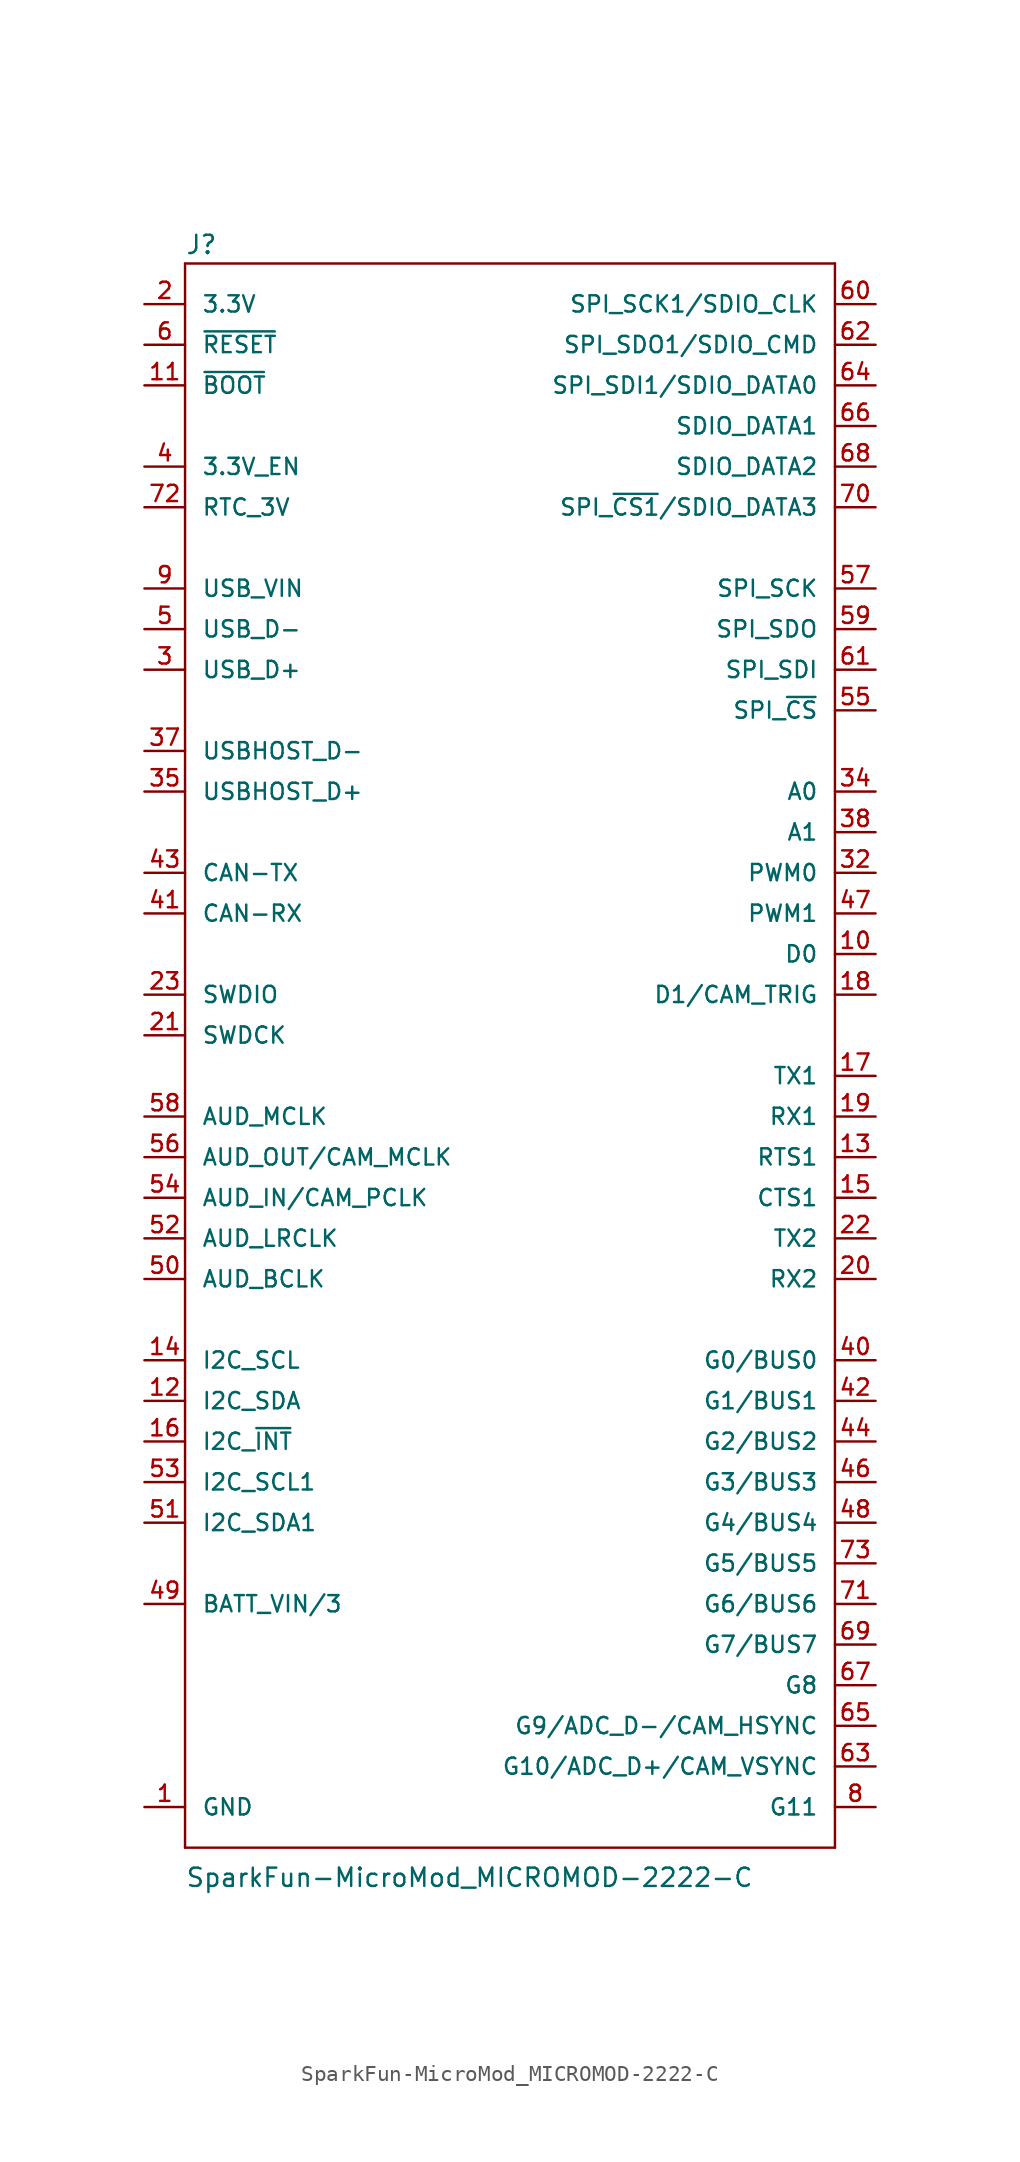
<source format=kicad_sym>
(kicad_symbol_lib
  (version 20211014)
  (generator kicad_symbol_editor)
  (symbol "SparkFun-MicroMod_MICROMOD-2222-C"
    (pin_names
      (offset 1.016))
    (property "Reference" "J"
      (at -20.32 53.848 0)
      (effects (font (size 1.143 1.143)) (justify left bottom)))
    (property "Value" "SparkFun-MicroMod_MICROMOD-2222-C"
      (at -20.32 -48.26 0)
      (effects (font (size 1.143 1.143)) (justify left bottom)))
    (symbol "SparkFun-MicroMod_MICROMOD-2222-C_1_0"
      (polyline (pts (xy -20.32 -45.72) (xy -20.32 53.34)) (stroke (width 0) (type default) (color 0 0 0 0)) (fill (type none)))
      (polyline (pts (xy -20.32 53.34) (xy 20.32 53.34)) (stroke (width 0) (type default) (color 0 0 0 0)) (fill (type none)))
      (polyline (pts (xy 20.32 -45.72) (xy -20.32 -45.72)) (stroke (width 0) (type default) (color 0 0 0 0)) (fill (type none)))
      (polyline (pts (xy 20.32 53.34) (xy 20.32 -45.72)) (stroke (width 0) (type default) (color 0 0 0 0)) (fill (type none))))
    (symbol "SparkFun-MicroMod_MICROMOD-2222-C_1_1"
      (pin bidirectional line (at -22.86 -43.18 0) (length 2.54) (name "GND" (effects (font (size 1.016 1.016)))) (number "1" (effects (font (size 1.016 1.016)))))
      (pin bidirectional line (at 22.86 10.16 180) (length 2.54) (name "D0" (effects (font (size 1.016 1.016)))) (number "10" (effects (font (size 1.016 1.016)))))
      (pin bidirectional line (at -22.86 45.72 0) (length 2.54) (name "~{BOOT}" (effects (font (size 1.016 1.016)))) (number "11" (effects (font (size 1.016 1.016)))))
      (pin bidirectional line (at -22.86 -17.78 0) (length 2.54) (name "I2C_SDA" (effects (font (size 1.016 1.016)))) (number "12" (effects (font (size 1.016 1.016)))))
      (pin bidirectional line (at 22.86 -2.54 180) (length 2.54) (name "RTS1" (effects (font (size 1.016 1.016)))) (number "13" (effects (font (size 1.016 1.016)))))
      (pin bidirectional line (at -22.86 -15.24 0) (length 2.54) (name "I2C_SCL" (effects (font (size 1.016 1.016)))) (number "14" (effects (font (size 1.016 1.016)))))
      (pin bidirectional line (at 22.86 -5.08 180) (length 2.54) (name "CTS1" (effects (font (size 1.016 1.016)))) (number "15" (effects (font (size 1.016 1.016)))))
      (pin bidirectional line (at -22.86 -20.32 0) (length 2.54) (name "I2C_~{INT}" (effects (font (size 1.016 1.016)))) (number "16" (effects (font (size 1.016 1.016)))))
      (pin bidirectional line (at 22.86 2.54 180) (length 2.54) (name "TX1" (effects (font (size 1.016 1.016)))) (number "17" (effects (font (size 1.016 1.016)))))
      (pin bidirectional line (at 22.86 7.62 180) (length 2.54) (name "D1/CAM_TRIG" (effects (font (size 1.016 1.016)))) (number "18" (effects (font (size 1.016 1.016)))))
      (pin bidirectional line (at 22.86 0 180) (length 2.54) (name "RX1" (effects (font (size 1.016 1.016)))) (number "19" (effects (font (size 1.016 1.016)))))
      (pin bidirectional line (at -22.86 50.8 0) (length 2.54) (name "3.3V" (effects (font (size 1.016 1.016)))) (number "2" (effects (font (size 1.016 1.016)))))
      (pin bidirectional line (at 22.86 -10.16 180) (length 2.54) (name "RX2" (effects (font (size 1.016 1.016)))) (number "20" (effects (font (size 1.016 1.016)))))
      (pin bidirectional line (at -22.86 5.08 0) (length 2.54) (name "SWDCK" (effects (font (size 1.016 1.016)))) (number "21" (effects (font (size 1.016 1.016)))))
      (pin bidirectional line (at 22.86 -7.62 180) (length 2.54) (name "TX2" (effects (font (size 1.016 1.016)))) (number "22" (effects (font (size 1.016 1.016)))))
      (pin bidirectional line (at -22.86 7.62 0) (length 2.54) (name "SWDIO" (effects (font (size 1.016 1.016)))) (number "23" (effects (font (size 1.016 1.016)))))
      (pin bidirectional line (at -22.86 27.94 0) (length 2.54) (name "USB_D+" (effects (font (size 1.016 1.016)))) (number "3" (effects (font (size 1.016 1.016)))))
      (pin bidirectional line (at 22.86 15.24 180) (length 2.54) (name "PWM0" (effects (font (size 1.016 1.016)))) (number "32" (effects (font (size 1.016 1.016)))))
      (pin bidirectional line (at -22.86 -43.18 0) (length 2.54) hide (name "GND" (effects (font (size 1.016 1.016)))) (number "33" (effects (font (size 1.016 1.016)))))
      (pin bidirectional line (at 22.86 20.32 180) (length 2.54) (name "A0" (effects (font (size 1.016 1.016)))) (number "34" (effects (font (size 1.016 1.016)))))
      (pin bidirectional line (at -22.86 20.32 0) (length 2.54) (name "USBHOST_D+" (effects (font (size 1.016 1.016)))) (number "35" (effects (font (size 1.016 1.016)))))
      (pin bidirectional line (at -22.86 -43.18 0) (length 2.54) hide (name "GND" (effects (font (size 1.016 1.016)))) (number "36" (effects (font (size 1.016 1.016)))))
      (pin bidirectional line (at -22.86 22.86 0) (length 2.54) (name "USBHOST_D-" (effects (font (size 1.016 1.016)))) (number "37" (effects (font (size 1.016 1.016)))))
      (pin bidirectional line (at 22.86 17.78 180) (length 2.54) (name "A1" (effects (font (size 1.016 1.016)))) (number "38" (effects (font (size 1.016 1.016)))))
      (pin bidirectional line (at -22.86 -43.18 0) (length 2.54) hide (name "GND" (effects (font (size 1.016 1.016)))) (number "39" (effects (font (size 1.016 1.016)))))
      (pin bidirectional line (at -22.86 40.64 0) (length 2.54) (name "3.3V_EN" (effects (font (size 1.016 1.016)))) (number "4" (effects (font (size 1.016 1.016)))))
      (pin bidirectional line (at 22.86 -15.24 180) (length 2.54) (name "G0/BUS0" (effects (font (size 1.016 1.016)))) (number "40" (effects (font (size 1.016 1.016)))))
      (pin bidirectional line (at -22.86 12.7 0) (length 2.54) (name "CAN-RX" (effects (font (size 1.016 1.016)))) (number "41" (effects (font (size 1.016 1.016)))))
      (pin bidirectional line (at 22.86 -17.78 180) (length 2.54) (name "G1/BUS1" (effects (font (size 1.016 1.016)))) (number "42" (effects (font (size 1.016 1.016)))))
      (pin bidirectional line (at -22.86 15.24 0) (length 2.54) (name "CAN-TX" (effects (font (size 1.016 1.016)))) (number "43" (effects (font (size 1.016 1.016)))))
      (pin bidirectional line (at 22.86 -20.32 180) (length 2.54) (name "G2/BUS2" (effects (font (size 1.016 1.016)))) (number "44" (effects (font (size 1.016 1.016)))))
      (pin bidirectional line (at -22.86 -43.18 0) (length 2.54) hide (name "GND" (effects (font (size 1.016 1.016)))) (number "45" (effects (font (size 1.016 1.016)))))
      (pin bidirectional line (at 22.86 -22.86 180) (length 2.54) (name "G3/BUS3" (effects (font (size 1.016 1.016)))) (number "46" (effects (font (size 1.016 1.016)))))
      (pin bidirectional line (at 22.86 12.7 180) (length 2.54) (name "PWM1" (effects (font (size 1.016 1.016)))) (number "47" (effects (font (size 1.016 1.016)))))
      (pin bidirectional line (at 22.86 -25.4 180) (length 2.54) (name "G4/BUS4" (effects (font (size 1.016 1.016)))) (number "48" (effects (font (size 1.016 1.016)))))
      (pin bidirectional line (at -22.86 -30.48 0) (length 2.54) (name "BATT_VIN/3" (effects (font (size 1.016 1.016)))) (number "49" (effects (font (size 1.016 1.016)))))
      (pin bidirectional line (at -22.86 30.48 0) (length 2.54) (name "USB_D-" (effects (font (size 1.016 1.016)))) (number "5" (effects (font (size 1.016 1.016)))))
      (pin bidirectional line (at -22.86 -10.16 0) (length 2.54) (name "AUD_BCLK" (effects (font (size 1.016 1.016)))) (number "50" (effects (font (size 1.016 1.016)))))
      (pin bidirectional line (at -22.86 -25.4 0) (length 2.54) (name "I2C_SDA1" (effects (font (size 1.016 1.016)))) (number "51" (effects (font (size 1.016 1.016)))))
      (pin bidirectional line (at -22.86 -7.62 0) (length 2.54) (name "AUD_LRCLK" (effects (font (size 1.016 1.016)))) (number "52" (effects (font (size 1.016 1.016)))))
      (pin bidirectional line (at -22.86 -22.86 0) (length 2.54) (name "I2C_SCL1" (effects (font (size 1.016 1.016)))) (number "53" (effects (font (size 1.016 1.016)))))
      (pin bidirectional line (at -22.86 -5.08 0) (length 2.54) (name "AUD_IN/CAM_PCLK" (effects (font (size 1.016 1.016)))) (number "54" (effects (font (size 1.016 1.016)))))
      (pin bidirectional line (at 22.86 25.4 180) (length 2.54) (name "SPI_~{CS}" (effects (font (size 1.016 1.016)))) (number "55" (effects (font (size 1.016 1.016)))))
      (pin bidirectional line (at -22.86 -2.54 0) (length 2.54) (name "AUD_OUT/CAM_MCLK" (effects (font (size 1.016 1.016)))) (number "56" (effects (font (size 1.016 1.016)))))
      (pin bidirectional line (at 22.86 33.02 180) (length 2.54) (name "SPI_SCK" (effects (font (size 1.016 1.016)))) (number "57" (effects (font (size 1.016 1.016)))))
      (pin bidirectional line (at -22.86 0 0) (length 2.54) (name "AUD_MCLK" (effects (font (size 1.016 1.016)))) (number "58" (effects (font (size 1.016 1.016)))))
      (pin bidirectional line (at 22.86 30.48 180) (length 2.54) (name "SPI_SDO" (effects (font (size 1.016 1.016)))) (number "59" (effects (font (size 1.016 1.016)))))
      (pin bidirectional line (at -22.86 48.26 0) (length 2.54) (name "~{RESET}" (effects (font (size 1.016 1.016)))) (number "6" (effects (font (size 1.016 1.016)))))
      (pin bidirectional line (at 22.86 50.8 180) (length 2.54) (name "SPI_SCK1/SDIO_CLK" (effects (font (size 1.016 1.016)))) (number "60" (effects (font (size 1.016 1.016)))))
      (pin bidirectional line (at 22.86 27.94 180) (length 2.54) (name "SPI_SDI" (effects (font (size 1.016 1.016)))) (number "61" (effects (font (size 1.016 1.016)))))
      (pin bidirectional line (at 22.86 48.26 180) (length 2.54) (name "SPI_SDO1/SDIO_CMD" (effects (font (size 1.016 1.016)))) (number "62" (effects (font (size 1.016 1.016)))))
      (pin bidirectional line (at 22.86 -40.64 180) (length 2.54) (name "G10/ADC_D+/CAM_VSYNC" (effects (font (size 1.016 1.016)))) (number "63" (effects (font (size 1.016 1.016)))))
      (pin bidirectional line (at 22.86 45.72 180) (length 2.54) (name "SPI_SDI1/SDIO_DATA0" (effects (font (size 1.016 1.016)))) (number "64" (effects (font (size 1.016 1.016)))))
      (pin bidirectional line (at 22.86 -38.1 180) (length 2.54) (name "G9/ADC_D-/CAM_HSYNC" (effects (font (size 1.016 1.016)))) (number "65" (effects (font (size 1.016 1.016)))))
      (pin bidirectional line (at 22.86 43.18 180) (length 2.54) (name "SDIO_DATA1" (effects (font (size 1.016 1.016)))) (number "66" (effects (font (size 1.016 1.016)))))
      (pin bidirectional line (at 22.86 -35.56 180) (length 2.54) (name "G8" (effects (font (size 1.016 1.016)))) (number "67" (effects (font (size 1.016 1.016)))))
      (pin bidirectional line (at 22.86 40.64 180) (length 2.54) (name "SDIO_DATA2" (effects (font (size 1.016 1.016)))) (number "68" (effects (font (size 1.016 1.016)))))
      (pin bidirectional line (at 22.86 -33.02 180) (length 2.54) (name "G7/BUS7" (effects (font (size 1.016 1.016)))) (number "69" (effects (font (size 1.016 1.016)))))
      (pin bidirectional line (at -22.86 -43.18 0) (length 2.54) hide (name "GND" (effects (font (size 1.016 1.016)))) (number "7" (effects (font (size 1.016 1.016)))))
      (pin bidirectional line (at 22.86 38.1 180) (length 2.54) (name "SPI_~{CS1}/SDIO_DATA3" (effects (font (size 1.016 1.016)))) (number "70" (effects (font (size 1.016 1.016)))))
      (pin bidirectional line (at 22.86 -30.48 180) (length 2.54) (name "G6/BUS6" (effects (font (size 1.016 1.016)))) (number "71" (effects (font (size 1.016 1.016)))))
      (pin bidirectional line (at -22.86 38.1 0) (length 2.54) (name "RTC_3V" (effects (font (size 1.016 1.016)))) (number "72" (effects (font (size 1.016 1.016)))))
      (pin bidirectional line (at 22.86 -27.94 180) (length 2.54) (name "G5/BUS5" (effects (font (size 1.016 1.016)))) (number "73" (effects (font (size 1.016 1.016)))))
      (pin bidirectional line (at -22.86 50.8 0) (length 2.54) hide (name "3.3V" (effects (font (size 1.016 1.016)))) (number "74" (effects (font (size 1.016 1.016)))))
      (pin bidirectional line (at -22.86 -43.18 0) (length 2.54) hide (name "GND" (effects (font (size 1.016 1.016)))) (number "75" (effects (font (size 1.016 1.016)))))
      (pin bidirectional line (at 22.86 -43.18 180) (length 2.54) (name "G11" (effects (font (size 1.016 1.016)))) (number "8" (effects (font (size 1.016 1.016)))))
      (pin bidirectional line (at -22.86 33.02 0) (length 2.54) (name "USB_VIN" (effects (font (size 1.016 1.016)))) (number "9" (effects (font (size 1.016 1.016))))))))
</source>
